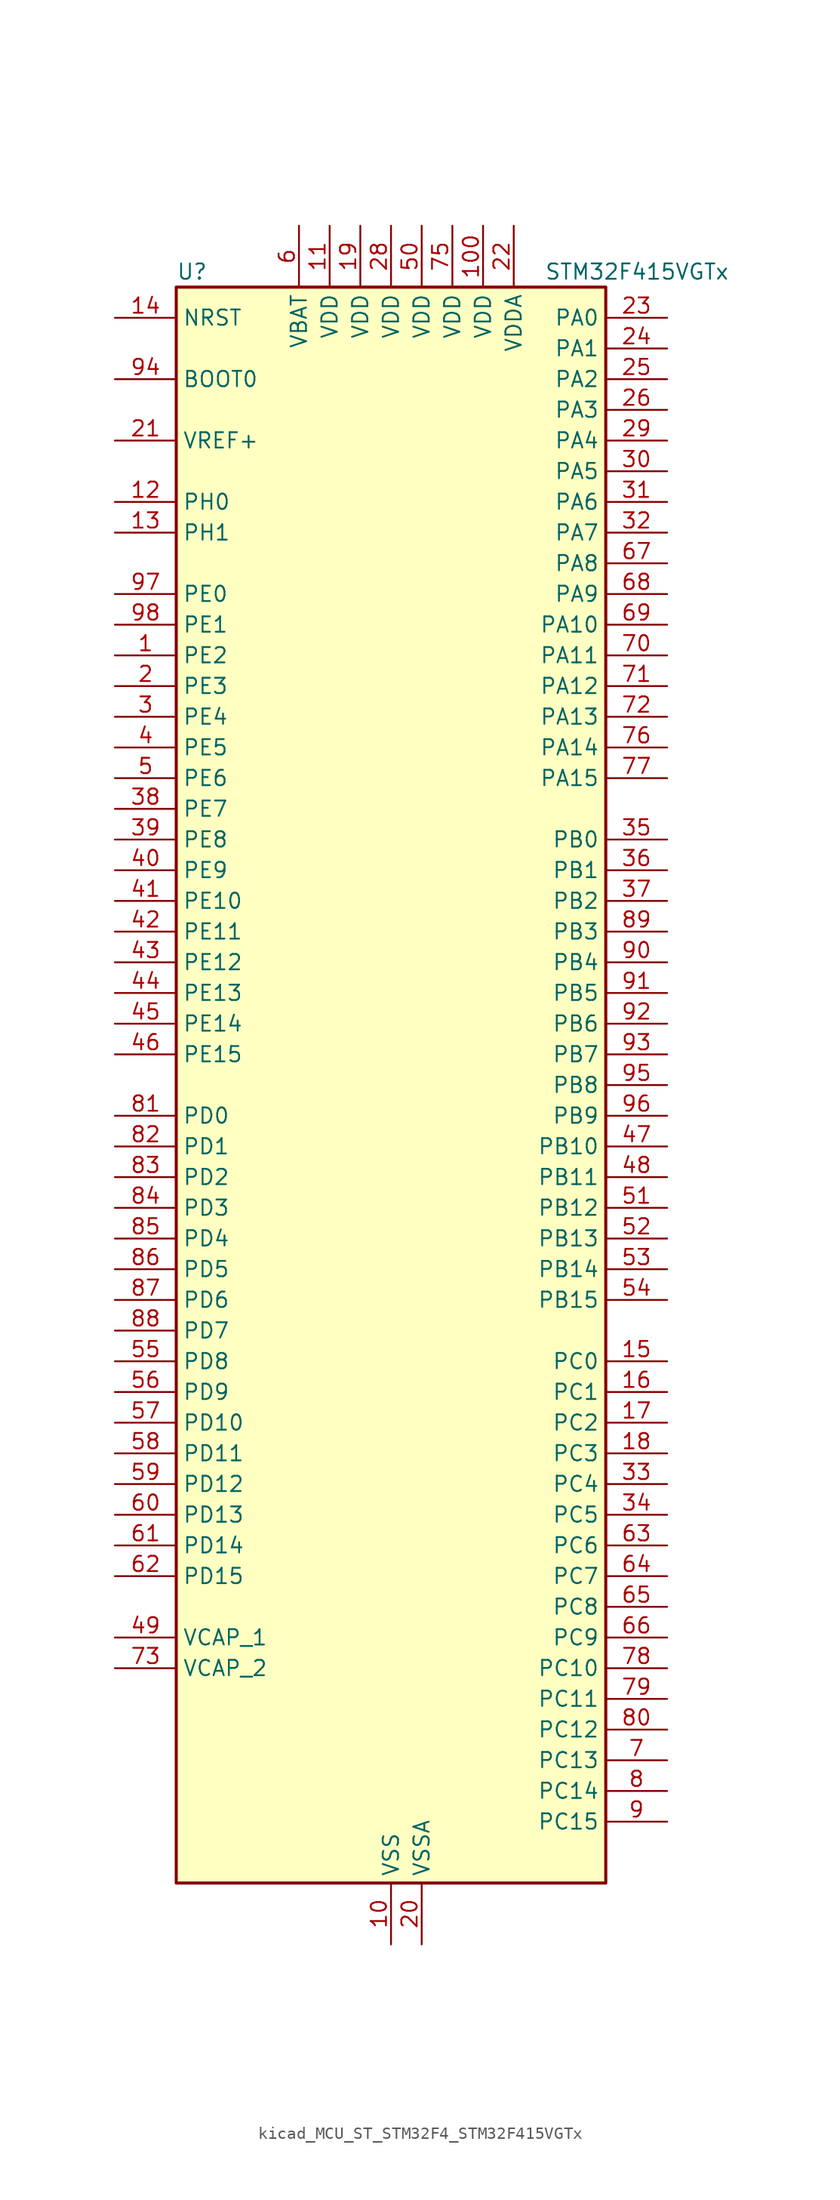
<source format=kicad_sym>
(kicad_symbol_lib
  (version 20220914)
  (generator kicad_symbol_editor)
  (symbol "kicad_MCU_ST_STM32F4_STM32F415VGTx"
    (property "Reference" "U"
      (at -17.78 67.31 0)
      (effects (font (size 1.27 1.27)) (justify left)))
    (property "Value" "STM32F415VGTx"
      (at 12.7 67.31 0)
      (effects (font (size 1.27 1.27)) (justify left)))
    (property "ki_locked" ""
      (at 0 0 0)
      (effects (font (size 1.27 1.27))))
    (symbol "kicad_MCU_ST_STM32F4_STM32F415VGTx_0_1"
      (rectangle (start -17.78 -66.04) (end 17.78 66.04) (stroke (width 0.254) (type default)) (fill (type background))))
    (symbol "kicad_MCU_ST_STM32F4_STM32F415VGTx_1_1"
      (pin bidirectional line (at -22.86 35.56 0) (length 5.08) (name "PE2" (effects (font (size 1.27 1.27)))) (number "1" (effects (font (size 1.27 1.27)))) (alternate "FSMC_A23" bidirectional line) (alternate "SYS_TRACECLK" bidirectional line))
      (pin power_in line (at 0 -71.12 90) (length 5.08) (name "VSS" (effects (font (size 1.27 1.27)))) (number "10" (effects (font (size 1.27 1.27)))))
      (pin power_in line (at 7.62 71.12 270) (length 5.08) (name "VDD" (effects (font (size 1.27 1.27)))) (number "100" (effects (font (size 1.27 1.27)))))
      (pin power_in line (at -5.08 71.12 270) (length 5.08) (name "VDD" (effects (font (size 1.27 1.27)))) (number "11" (effects (font (size 1.27 1.27)))))
      (pin bidirectional line (at -22.86 48.26 0) (length 5.08) (name "PH0" (effects (font (size 1.27 1.27)))) (number "12" (effects (font (size 1.27 1.27)))) (alternate "RCC_OSC_IN" bidirectional line))
      (pin bidirectional line (at -22.86 45.72 0) (length 5.08) (name "PH1" (effects (font (size 1.27 1.27)))) (number "13" (effects (font (size 1.27 1.27)))) (alternate "RCC_OSC_OUT" bidirectional line))
      (pin input line (at -22.86 63.5 0) (length 5.08) (name "NRST" (effects (font (size 1.27 1.27)))) (number "14" (effects (font (size 1.27 1.27)))))
      (pin bidirectional line (at 22.86 -22.86 180) (length 5.08) (name "PC0" (effects (font (size 1.27 1.27)))) (number "15" (effects (font (size 1.27 1.27)))) (alternate "ADC1_IN10" bidirectional line) (alternate "ADC2_IN10" bidirectional line) (alternate "ADC3_IN10" bidirectional line) (alternate "USB_OTG_HS_ULPI_STP" bidirectional line))
      (pin bidirectional line (at 22.86 -25.4 180) (length 5.08) (name "PC1" (effects (font (size 1.27 1.27)))) (number "16" (effects (font (size 1.27 1.27)))) (alternate "ADC1_IN11" bidirectional line) (alternate "ADC2_IN11" bidirectional line) (alternate "ADC3_IN11" bidirectional line))
      (pin bidirectional line (at 22.86 -27.94 180) (length 5.08) (name "PC2" (effects (font (size 1.27 1.27)))) (number "17" (effects (font (size 1.27 1.27)))) (alternate "ADC1_IN12" bidirectional line) (alternate "ADC2_IN12" bidirectional line) (alternate "ADC3_IN12" bidirectional line) (alternate "I2S2_ext_SD" bidirectional line) (alternate "SPI2_MISO" bidirectional line) (alternate "USB_OTG_HS_ULPI_DIR" bidirectional line))
      (pin bidirectional line (at 22.86 -30.48 180) (length 5.08) (name "PC3" (effects (font (size 1.27 1.27)))) (number "18" (effects (font (size 1.27 1.27)))) (alternate "ADC1_IN13" bidirectional line) (alternate "ADC2_IN13" bidirectional line) (alternate "ADC3_IN13" bidirectional line) (alternate "I2S2_SD" bidirectional line) (alternate "SPI2_MOSI" bidirectional line) (alternate "USB_OTG_HS_ULPI_NXT" bidirectional line))
      (pin power_in line (at -2.54 71.12 270) (length 5.08) (name "VDD" (effects (font (size 1.27 1.27)))) (number "19" (effects (font (size 1.27 1.27)))))
      (pin bidirectional line (at -22.86 33.02 0) (length 5.08) (name "PE3" (effects (font (size 1.27 1.27)))) (number "2" (effects (font (size 1.27 1.27)))) (alternate "FSMC_A19" bidirectional line) (alternate "SYS_TRACED0" bidirectional line))
      (pin power_in line (at 2.54 -71.12 90) (length 5.08) (name "VSSA" (effects (font (size 1.27 1.27)))) (number "20" (effects (font (size 1.27 1.27)))))
      (pin input line (at -22.86 53.34 0) (length 5.08) (name "VREF+" (effects (font (size 1.27 1.27)))) (number "21" (effects (font (size 1.27 1.27)))))
      (pin power_in line (at 10.16 71.12 270) (length 5.08) (name "VDDA" (effects (font (size 1.27 1.27)))) (number "22" (effects (font (size 1.27 1.27)))))
      (pin bidirectional line (at 22.86 63.5 180) (length 5.08) (name "PA0" (effects (font (size 1.27 1.27)))) (number "23" (effects (font (size 1.27 1.27)))) (alternate "ADC1_IN0" bidirectional line) (alternate "ADC2_IN0" bidirectional line) (alternate "ADC3_IN0" bidirectional line) (alternate "SYS_WKUP" bidirectional line) (alternate "TIM2_CH1" bidirectional line) (alternate "TIM2_ETR" bidirectional line) (alternate "TIM5_CH1" bidirectional line) (alternate "TIM8_ETR" bidirectional line) (alternate "UART4_TX" bidirectional line) (alternate "USART2_CTS" bidirectional line))
      (pin bidirectional line (at 22.86 60.96 180) (length 5.08) (name "PA1" (effects (font (size 1.27 1.27)))) (number "24" (effects (font (size 1.27 1.27)))) (alternate "ADC1_IN1" bidirectional line) (alternate "ADC2_IN1" bidirectional line) (alternate "ADC3_IN1" bidirectional line) (alternate "TIM2_CH2" bidirectional line) (alternate "TIM5_CH2" bidirectional line) (alternate "UART4_RX" bidirectional line) (alternate "USART2_RTS" bidirectional line))
      (pin bidirectional line (at 22.86 58.42 180) (length 5.08) (name "PA2" (effects (font (size 1.27 1.27)))) (number "25" (effects (font (size 1.27 1.27)))) (alternate "ADC1_IN2" bidirectional line) (alternate "ADC2_IN2" bidirectional line) (alternate "ADC3_IN2" bidirectional line) (alternate "TIM2_CH3" bidirectional line) (alternate "TIM5_CH3" bidirectional line) (alternate "TIM9_CH1" bidirectional line) (alternate "USART2_TX" bidirectional line))
      (pin bidirectional line (at 22.86 55.88 180) (length 5.08) (name "PA3" (effects (font (size 1.27 1.27)))) (number "26" (effects (font (size 1.27 1.27)))) (alternate "ADC1_IN3" bidirectional line) (alternate "ADC2_IN3" bidirectional line) (alternate "ADC3_IN3" bidirectional line) (alternate "TIM2_CH4" bidirectional line) (alternate "TIM5_CH4" bidirectional line) (alternate "TIM9_CH2" bidirectional line) (alternate "USART2_RX" bidirectional line) (alternate "USB_OTG_HS_ULPI_D0" bidirectional line))
      (pin passive line (at 0 -71.12 90) (length 5.08) hide (name "VSS" (effects (font (size 1.27 1.27)))) (number "27" (effects (font (size 1.27 1.27)))))
      (pin power_in line (at 0 71.12 270) (length 5.08) (name "VDD" (effects (font (size 1.27 1.27)))) (number "28" (effects (font (size 1.27 1.27)))))
      (pin bidirectional line (at 22.86 53.34 180) (length 5.08) (name "PA4" (effects (font (size 1.27 1.27)))) (number "29" (effects (font (size 1.27 1.27)))) (alternate "ADC1_IN4" bidirectional line) (alternate "ADC2_IN4" bidirectional line) (alternate "DAC_OUT1" bidirectional line) (alternate "I2S3_WS" bidirectional line) (alternate "SPI1_NSS" bidirectional line) (alternate "SPI3_NSS" bidirectional line) (alternate "USART2_CK" bidirectional line) (alternate "USB_OTG_HS_SOF" bidirectional line))
      (pin bidirectional line (at -22.86 30.48 0) (length 5.08) (name "PE4" (effects (font (size 1.27 1.27)))) (number "3" (effects (font (size 1.27 1.27)))) (alternate "FSMC_A20" bidirectional line) (alternate "SYS_TRACED1" bidirectional line))
      (pin bidirectional line (at 22.86 50.8 180) (length 5.08) (name "PA5" (effects (font (size 1.27 1.27)))) (number "30" (effects (font (size 1.27 1.27)))) (alternate "ADC1_IN5" bidirectional line) (alternate "ADC2_IN5" bidirectional line) (alternate "DAC_OUT2" bidirectional line) (alternate "SPI1_SCK" bidirectional line) (alternate "TIM2_CH1" bidirectional line) (alternate "TIM2_ETR" bidirectional line) (alternate "TIM8_CH1N" bidirectional line) (alternate "USB_OTG_HS_ULPI_CK" bidirectional line))
      (pin bidirectional line (at 22.86 48.26 180) (length 5.08) (name "PA6" (effects (font (size 1.27 1.27)))) (number "31" (effects (font (size 1.27 1.27)))) (alternate "ADC1_IN6" bidirectional line) (alternate "ADC2_IN6" bidirectional line) (alternate "SPI1_MISO" bidirectional line) (alternate "TIM13_CH1" bidirectional line) (alternate "TIM1_BKIN" bidirectional line) (alternate "TIM3_CH1" bidirectional line) (alternate "TIM8_BKIN" bidirectional line))
      (pin bidirectional line (at 22.86 45.72 180) (length 5.08) (name "PA7" (effects (font (size 1.27 1.27)))) (number "32" (effects (font (size 1.27 1.27)))) (alternate "ADC1_IN7" bidirectional line) (alternate "ADC2_IN7" bidirectional line) (alternate "SPI1_MOSI" bidirectional line) (alternate "TIM14_CH1" bidirectional line) (alternate "TIM1_CH1N" bidirectional line) (alternate "TIM3_CH2" bidirectional line) (alternate "TIM8_CH1N" bidirectional line))
      (pin bidirectional line (at 22.86 -33.02 180) (length 5.08) (name "PC4" (effects (font (size 1.27 1.27)))) (number "33" (effects (font (size 1.27 1.27)))) (alternate "ADC1_IN14" bidirectional line) (alternate "ADC2_IN14" bidirectional line))
      (pin bidirectional line (at 22.86 -35.56 180) (length 5.08) (name "PC5" (effects (font (size 1.27 1.27)))) (number "34" (effects (font (size 1.27 1.27)))) (alternate "ADC1_IN15" bidirectional line) (alternate "ADC2_IN15" bidirectional line))
      (pin bidirectional line (at 22.86 20.32 180) (length 5.08) (name "PB0" (effects (font (size 1.27 1.27)))) (number "35" (effects (font (size 1.27 1.27)))) (alternate "ADC1_IN8" bidirectional line) (alternate "ADC2_IN8" bidirectional line) (alternate "TIM1_CH2N" bidirectional line) (alternate "TIM3_CH3" bidirectional line) (alternate "TIM8_CH2N" bidirectional line) (alternate "USB_OTG_HS_ULPI_D1" bidirectional line))
      (pin bidirectional line (at 22.86 17.78 180) (length 5.08) (name "PB1" (effects (font (size 1.27 1.27)))) (number "36" (effects (font (size 1.27 1.27)))) (alternate "ADC1_IN9" bidirectional line) (alternate "ADC2_IN9" bidirectional line) (alternate "TIM1_CH3N" bidirectional line) (alternate "TIM3_CH4" bidirectional line) (alternate "TIM8_CH3N" bidirectional line) (alternate "USB_OTG_HS_ULPI_D2" bidirectional line))
      (pin bidirectional line (at 22.86 15.24 180) (length 5.08) (name "PB2" (effects (font (size 1.27 1.27)))) (number "37" (effects (font (size 1.27 1.27)))))
      (pin bidirectional line (at -22.86 22.86 0) (length 5.08) (name "PE7" (effects (font (size 1.27 1.27)))) (number "38" (effects (font (size 1.27 1.27)))) (alternate "FSMC_D4" bidirectional line) (alternate "FSMC_DA4" bidirectional line) (alternate "TIM1_ETR" bidirectional line))
      (pin bidirectional line (at -22.86 20.32 0) (length 5.08) (name "PE8" (effects (font (size 1.27 1.27)))) (number "39" (effects (font (size 1.27 1.27)))) (alternate "FSMC_D5" bidirectional line) (alternate "FSMC_DA5" bidirectional line) (alternate "TIM1_CH1N" bidirectional line))
      (pin bidirectional line (at -22.86 27.94 0) (length 5.08) (name "PE5" (effects (font (size 1.27 1.27)))) (number "4" (effects (font (size 1.27 1.27)))) (alternate "FSMC_A21" bidirectional line) (alternate "SYS_TRACED2" bidirectional line) (alternate "TIM9_CH1" bidirectional line))
      (pin bidirectional line (at -22.86 17.78 0) (length 5.08) (name "PE9" (effects (font (size 1.27 1.27)))) (number "40" (effects (font (size 1.27 1.27)))) (alternate "DAC_EXTI9" bidirectional line) (alternate "FSMC_D6" bidirectional line) (alternate "FSMC_DA6" bidirectional line) (alternate "TIM1_CH1" bidirectional line))
      (pin bidirectional line (at -22.86 15.24 0) (length 5.08) (name "PE10" (effects (font (size 1.27 1.27)))) (number "41" (effects (font (size 1.27 1.27)))) (alternate "FSMC_D7" bidirectional line) (alternate "FSMC_DA7" bidirectional line) (alternate "TIM1_CH2N" bidirectional line))
      (pin bidirectional line (at -22.86 12.7 0) (length 5.08) (name "PE11" (effects (font (size 1.27 1.27)))) (number "42" (effects (font (size 1.27 1.27)))) (alternate "ADC1_EXTI11" bidirectional line) (alternate "ADC2_EXTI11" bidirectional line) (alternate "ADC3_EXTI11" bidirectional line) (alternate "FSMC_D8" bidirectional line) (alternate "FSMC_DA8" bidirectional line) (alternate "TIM1_CH2" bidirectional line))
      (pin bidirectional line (at -22.86 10.16 0) (length 5.08) (name "PE12" (effects (font (size 1.27 1.27)))) (number "43" (effects (font (size 1.27 1.27)))) (alternate "FSMC_D9" bidirectional line) (alternate "FSMC_DA9" bidirectional line) (alternate "TIM1_CH3N" bidirectional line))
      (pin bidirectional line (at -22.86 7.62 0) (length 5.08) (name "PE13" (effects (font (size 1.27 1.27)))) (number "44" (effects (font (size 1.27 1.27)))) (alternate "FSMC_D10" bidirectional line) (alternate "FSMC_DA10" bidirectional line) (alternate "TIM1_CH3" bidirectional line))
      (pin bidirectional line (at -22.86 5.08 0) (length 5.08) (name "PE14" (effects (font (size 1.27 1.27)))) (number "45" (effects (font (size 1.27 1.27)))) (alternate "FSMC_D11" bidirectional line) (alternate "FSMC_DA11" bidirectional line) (alternate "TIM1_CH4" bidirectional line))
      (pin bidirectional line (at -22.86 2.54 0) (length 5.08) (name "PE15" (effects (font (size 1.27 1.27)))) (number "46" (effects (font (size 1.27 1.27)))) (alternate "ADC1_EXTI15" bidirectional line) (alternate "ADC2_EXTI15" bidirectional line) (alternate "ADC3_EXTI15" bidirectional line) (alternate "FSMC_D12" bidirectional line) (alternate "FSMC_DA12" bidirectional line) (alternate "TIM1_BKIN" bidirectional line))
      (pin bidirectional line (at 22.86 -5.08 180) (length 5.08) (name "PB10" (effects (font (size 1.27 1.27)))) (number "47" (effects (font (size 1.27 1.27)))) (alternate "I2C2_SCL" bidirectional line) (alternate "I2S2_CK" bidirectional line) (alternate "SPI2_SCK" bidirectional line) (alternate "TIM2_CH3" bidirectional line) (alternate "USART3_TX" bidirectional line) (alternate "USB_OTG_HS_ULPI_D3" bidirectional line))
      (pin bidirectional line (at 22.86 -7.62 180) (length 5.08) (name "PB11" (effects (font (size 1.27 1.27)))) (number "48" (effects (font (size 1.27 1.27)))) (alternate "ADC1_EXTI11" bidirectional line) (alternate "ADC2_EXTI11" bidirectional line) (alternate "ADC3_EXTI11" bidirectional line) (alternate "I2C2_SDA" bidirectional line) (alternate "TIM2_CH4" bidirectional line) (alternate "USART3_RX" bidirectional line) (alternate "USB_OTG_HS_ULPI_D4" bidirectional line))
      (pin power_out line (at -22.86 -45.72 0) (length 5.08) (name "VCAP_1" (effects (font (size 1.27 1.27)))) (number "49" (effects (font (size 1.27 1.27)))))
      (pin bidirectional line (at -22.86 25.4 0) (length 5.08) (name "PE6" (effects (font (size 1.27 1.27)))) (number "5" (effects (font (size 1.27 1.27)))) (alternate "FSMC_A22" bidirectional line) (alternate "SYS_TRACED3" bidirectional line) (alternate "TIM9_CH2" bidirectional line))
      (pin power_in line (at 2.54 71.12 270) (length 5.08) (name "VDD" (effects (font (size 1.27 1.27)))) (number "50" (effects (font (size 1.27 1.27)))))
      (pin bidirectional line (at 22.86 -10.16 180) (length 5.08) (name "PB12" (effects (font (size 1.27 1.27)))) (number "51" (effects (font (size 1.27 1.27)))) (alternate "CAN2_RX" bidirectional line) (alternate "I2C2_SMBA" bidirectional line) (alternate "I2S2_WS" bidirectional line) (alternate "SPI2_NSS" bidirectional line) (alternate "TIM1_BKIN" bidirectional line) (alternate "USART3_CK" bidirectional line) (alternate "USB_OTG_HS_ID" bidirectional line) (alternate "USB_OTG_HS_ULPI_D5" bidirectional line))
      (pin bidirectional line (at 22.86 -12.7 180) (length 5.08) (name "PB13" (effects (font (size 1.27 1.27)))) (number "52" (effects (font (size 1.27 1.27)))) (alternate "CAN2_TX" bidirectional line) (alternate "I2S2_CK" bidirectional line) (alternate "SPI2_SCK" bidirectional line) (alternate "TIM1_CH1N" bidirectional line) (alternate "USART3_CTS" bidirectional line) (alternate "USB_OTG_HS_ULPI_D6" bidirectional line) (alternate "USB_OTG_HS_VBUS" bidirectional line))
      (pin bidirectional line (at 22.86 -15.24 180) (length 5.08) (name "PB14" (effects (font (size 1.27 1.27)))) (number "53" (effects (font (size 1.27 1.27)))) (alternate "I2S2_ext_SD" bidirectional line) (alternate "SPI2_MISO" bidirectional line) (alternate "TIM12_CH1" bidirectional line) (alternate "TIM1_CH2N" bidirectional line) (alternate "TIM8_CH2N" bidirectional line) (alternate "USART3_RTS" bidirectional line) (alternate "USB_OTG_HS_DM" bidirectional line))
      (pin bidirectional line (at 22.86 -17.78 180) (length 5.08) (name "PB15" (effects (font (size 1.27 1.27)))) (number "54" (effects (font (size 1.27 1.27)))) (alternate "ADC1_EXTI15" bidirectional line) (alternate "ADC2_EXTI15" bidirectional line) (alternate "ADC3_EXTI15" bidirectional line) (alternate "I2S2_SD" bidirectional line) (alternate "RTC_REFIN" bidirectional line) (alternate "SPI2_MOSI" bidirectional line) (alternate "TIM12_CH2" bidirectional line) (alternate "TIM1_CH3N" bidirectional line) (alternate "TIM8_CH3N" bidirectional line) (alternate "USB_OTG_HS_DP" bidirectional line))
      (pin bidirectional line (at -22.86 -22.86 0) (length 5.08) (name "PD8" (effects (font (size 1.27 1.27)))) (number "55" (effects (font (size 1.27 1.27)))) (alternate "FSMC_D13" bidirectional line) (alternate "FSMC_DA13" bidirectional line) (alternate "USART3_TX" bidirectional line))
      (pin bidirectional line (at -22.86 -25.4 0) (length 5.08) (name "PD9" (effects (font (size 1.27 1.27)))) (number "56" (effects (font (size 1.27 1.27)))) (alternate "DAC_EXTI9" bidirectional line) (alternate "FSMC_D14" bidirectional line) (alternate "FSMC_DA14" bidirectional line) (alternate "USART3_RX" bidirectional line))
      (pin bidirectional line (at -22.86 -27.94 0) (length 5.08) (name "PD10" (effects (font (size 1.27 1.27)))) (number "57" (effects (font (size 1.27 1.27)))) (alternate "FSMC_D15" bidirectional line) (alternate "FSMC_DA15" bidirectional line) (alternate "USART3_CK" bidirectional line))
      (pin bidirectional line (at -22.86 -30.48 0) (length 5.08) (name "PD11" (effects (font (size 1.27 1.27)))) (number "58" (effects (font (size 1.27 1.27)))) (alternate "ADC1_EXTI11" bidirectional line) (alternate "ADC2_EXTI11" bidirectional line) (alternate "ADC3_EXTI11" bidirectional line) (alternate "FSMC_A16" bidirectional line) (alternate "FSMC_CLE" bidirectional line) (alternate "USART3_CTS" bidirectional line))
      (pin bidirectional line (at -22.86 -33.02 0) (length 5.08) (name "PD12" (effects (font (size 1.27 1.27)))) (number "59" (effects (font (size 1.27 1.27)))) (alternate "FSMC_A17" bidirectional line) (alternate "FSMC_ALE" bidirectional line) (alternate "TIM4_CH1" bidirectional line) (alternate "USART3_RTS" bidirectional line))
      (pin power_in line (at -7.62 71.12 270) (length 5.08) (name "VBAT" (effects (font (size 1.27 1.27)))) (number "6" (effects (font (size 1.27 1.27)))))
      (pin bidirectional line (at -22.86 -35.56 0) (length 5.08) (name "PD13" (effects (font (size 1.27 1.27)))) (number "60" (effects (font (size 1.27 1.27)))) (alternate "FSMC_A18" bidirectional line) (alternate "TIM4_CH2" bidirectional line))
      (pin bidirectional line (at -22.86 -38.1 0) (length 5.08) (name "PD14" (effects (font (size 1.27 1.27)))) (number "61" (effects (font (size 1.27 1.27)))) (alternate "FSMC_D0" bidirectional line) (alternate "FSMC_DA0" bidirectional line) (alternate "TIM4_CH3" bidirectional line))
      (pin bidirectional line (at -22.86 -40.64 0) (length 5.08) (name "PD15" (effects (font (size 1.27 1.27)))) (number "62" (effects (font (size 1.27 1.27)))) (alternate "ADC1_EXTI15" bidirectional line) (alternate "ADC2_EXTI15" bidirectional line) (alternate "ADC3_EXTI15" bidirectional line) (alternate "FSMC_D1" bidirectional line) (alternate "FSMC_DA1" bidirectional line) (alternate "TIM4_CH4" bidirectional line))
      (pin bidirectional line (at 22.86 -38.1 180) (length 5.08) (name "PC6" (effects (font (size 1.27 1.27)))) (number "63" (effects (font (size 1.27 1.27)))) (alternate "I2S2_MCK" bidirectional line) (alternate "SDIO_D6" bidirectional line) (alternate "TIM3_CH1" bidirectional line) (alternate "TIM8_CH1" bidirectional line) (alternate "USART6_TX" bidirectional line))
      (pin bidirectional line (at 22.86 -40.64 180) (length 5.08) (name "PC7" (effects (font (size 1.27 1.27)))) (number "64" (effects (font (size 1.27 1.27)))) (alternate "I2S3_MCK" bidirectional line) (alternate "SDIO_D7" bidirectional line) (alternate "TIM3_CH2" bidirectional line) (alternate "TIM8_CH2" bidirectional line) (alternate "USART6_RX" bidirectional line))
      (pin bidirectional line (at 22.86 -43.18 180) (length 5.08) (name "PC8" (effects (font (size 1.27 1.27)))) (number "65" (effects (font (size 1.27 1.27)))) (alternate "SDIO_D0" bidirectional line) (alternate "TIM3_CH3" bidirectional line) (alternate "TIM8_CH3" bidirectional line) (alternate "USART6_CK" bidirectional line))
      (pin bidirectional line (at 22.86 -45.72 180) (length 5.08) (name "PC9" (effects (font (size 1.27 1.27)))) (number "66" (effects (font (size 1.27 1.27)))) (alternate "DAC_EXTI9" bidirectional line) (alternate "I2C3_SDA" bidirectional line) (alternate "I2S_CKIN" bidirectional line) (alternate "RCC_MCO_2" bidirectional line) (alternate "SDIO_D1" bidirectional line) (alternate "TIM3_CH4" bidirectional line) (alternate "TIM8_CH4" bidirectional line))
      (pin bidirectional line (at 22.86 43.18 180) (length 5.08) (name "PA8" (effects (font (size 1.27 1.27)))) (number "67" (effects (font (size 1.27 1.27)))) (alternate "I2C3_SCL" bidirectional line) (alternate "RCC_MCO_1" bidirectional line) (alternate "TIM1_CH1" bidirectional line) (alternate "USART1_CK" bidirectional line) (alternate "USB_OTG_FS_SOF" bidirectional line))
      (pin bidirectional line (at 22.86 40.64 180) (length 5.08) (name "PA9" (effects (font (size 1.27 1.27)))) (number "68" (effects (font (size 1.27 1.27)))) (alternate "DAC_EXTI9" bidirectional line) (alternate "I2C3_SMBA" bidirectional line) (alternate "TIM1_CH2" bidirectional line) (alternate "USART1_TX" bidirectional line) (alternate "USB_OTG_FS_VBUS" bidirectional line))
      (pin bidirectional line (at 22.86 38.1 180) (length 5.08) (name "PA10" (effects (font (size 1.27 1.27)))) (number "69" (effects (font (size 1.27 1.27)))) (alternate "TIM1_CH3" bidirectional line) (alternate "USART1_RX" bidirectional line) (alternate "USB_OTG_FS_ID" bidirectional line))
      (pin bidirectional line (at 22.86 -55.88 180) (length 5.08) (name "PC13" (effects (font (size 1.27 1.27)))) (number "7" (effects (font (size 1.27 1.27)))) (alternate "RTC_AF1" bidirectional line))
      (pin bidirectional line (at 22.86 35.56 180) (length 5.08) (name "PA11" (effects (font (size 1.27 1.27)))) (number "70" (effects (font (size 1.27 1.27)))) (alternate "ADC1_EXTI11" bidirectional line) (alternate "ADC2_EXTI11" bidirectional line) (alternate "ADC3_EXTI11" bidirectional line) (alternate "CAN1_RX" bidirectional line) (alternate "TIM1_CH4" bidirectional line) (alternate "USART1_CTS" bidirectional line) (alternate "USB_OTG_FS_DM" bidirectional line))
      (pin bidirectional line (at 22.86 33.02 180) (length 5.08) (name "PA12" (effects (font (size 1.27 1.27)))) (number "71" (effects (font (size 1.27 1.27)))) (alternate "CAN1_TX" bidirectional line) (alternate "TIM1_ETR" bidirectional line) (alternate "USART1_RTS" bidirectional line) (alternate "USB_OTG_FS_DP" bidirectional line))
      (pin bidirectional line (at 22.86 30.48 180) (length 5.08) (name "PA13" (effects (font (size 1.27 1.27)))) (number "72" (effects (font (size 1.27 1.27)))) (alternate "SYS_JTMS-SWDIO" bidirectional line))
      (pin power_out line (at -22.86 -48.26 0) (length 5.08) (name "VCAP_2" (effects (font (size 1.27 1.27)))) (number "73" (effects (font (size 1.27 1.27)))))
      (pin passive line (at 0 -71.12 90) (length 5.08) hide (name "VSS" (effects (font (size 1.27 1.27)))) (number "74" (effects (font (size 1.27 1.27)))))
      (pin power_in line (at 5.08 71.12 270) (length 5.08) (name "VDD" (effects (font (size 1.27 1.27)))) (number "75" (effects (font (size 1.27 1.27)))))
      (pin bidirectional line (at 22.86 27.94 180) (length 5.08) (name "PA14" (effects (font (size 1.27 1.27)))) (number "76" (effects (font (size 1.27 1.27)))) (alternate "SYS_JTCK-SWCLK" bidirectional line))
      (pin bidirectional line (at 22.86 25.4 180) (length 5.08) (name "PA15" (effects (font (size 1.27 1.27)))) (number "77" (effects (font (size 1.27 1.27)))) (alternate "ADC1_EXTI15" bidirectional line) (alternate "ADC2_EXTI15" bidirectional line) (alternate "ADC3_EXTI15" bidirectional line) (alternate "I2S3_WS" bidirectional line) (alternate "SPI1_NSS" bidirectional line) (alternate "SPI3_NSS" bidirectional line) (alternate "SYS_JTDI" bidirectional line) (alternate "TIM2_CH1" bidirectional line) (alternate "TIM2_ETR" bidirectional line))
      (pin bidirectional line (at 22.86 -48.26 180) (length 5.08) (name "PC10" (effects (font (size 1.27 1.27)))) (number "78" (effects (font (size 1.27 1.27)))) (alternate "I2S3_CK" bidirectional line) (alternate "SDIO_D2" bidirectional line) (alternate "SPI3_SCK" bidirectional line) (alternate "UART4_TX" bidirectional line) (alternate "USART3_TX" bidirectional line))
      (pin bidirectional line (at 22.86 -50.8 180) (length 5.08) (name "PC11" (effects (font (size 1.27 1.27)))) (number "79" (effects (font (size 1.27 1.27)))) (alternate "ADC1_EXTI11" bidirectional line) (alternate "ADC2_EXTI11" bidirectional line) (alternate "ADC3_EXTI11" bidirectional line) (alternate "I2S3_ext_SD" bidirectional line) (alternate "SDIO_D3" bidirectional line) (alternate "SPI3_MISO" bidirectional line) (alternate "UART4_RX" bidirectional line) (alternate "USART3_RX" bidirectional line))
      (pin bidirectional line (at 22.86 -58.42 180) (length 5.08) (name "PC14" (effects (font (size 1.27 1.27)))) (number "8" (effects (font (size 1.27 1.27)))) (alternate "RCC_OSC32_IN" bidirectional line))
      (pin bidirectional line (at 22.86 -53.34 180) (length 5.08) (name "PC12" (effects (font (size 1.27 1.27)))) (number "80" (effects (font (size 1.27 1.27)))) (alternate "I2S3_SD" bidirectional line) (alternate "SDIO_CK" bidirectional line) (alternate "SPI3_MOSI" bidirectional line) (alternate "UART5_TX" bidirectional line) (alternate "USART3_CK" bidirectional line))
      (pin bidirectional line (at -22.86 -2.54 0) (length 5.08) (name "PD0" (effects (font (size 1.27 1.27)))) (number "81" (effects (font (size 1.27 1.27)))) (alternate "CAN1_RX" bidirectional line) (alternate "FSMC_D2" bidirectional line) (alternate "FSMC_DA2" bidirectional line))
      (pin bidirectional line (at -22.86 -5.08 0) (length 5.08) (name "PD1" (effects (font (size 1.27 1.27)))) (number "82" (effects (font (size 1.27 1.27)))) (alternate "CAN1_TX" bidirectional line) (alternate "FSMC_D3" bidirectional line) (alternate "FSMC_DA3" bidirectional line))
      (pin bidirectional line (at -22.86 -7.62 0) (length 5.08) (name "PD2" (effects (font (size 1.27 1.27)))) (number "83" (effects (font (size 1.27 1.27)))) (alternate "SDIO_CMD" bidirectional line) (alternate "TIM3_ETR" bidirectional line) (alternate "UART5_RX" bidirectional line))
      (pin bidirectional line (at -22.86 -10.16 0) (length 5.08) (name "PD3" (effects (font (size 1.27 1.27)))) (number "84" (effects (font (size 1.27 1.27)))) (alternate "FSMC_CLK" bidirectional line) (alternate "USART2_CTS" bidirectional line))
      (pin bidirectional line (at -22.86 -12.7 0) (length 5.08) (name "PD4" (effects (font (size 1.27 1.27)))) (number "85" (effects (font (size 1.27 1.27)))) (alternate "FSMC_NOE" bidirectional line) (alternate "USART2_RTS" bidirectional line))
      (pin bidirectional line (at -22.86 -15.24 0) (length 5.08) (name "PD5" (effects (font (size 1.27 1.27)))) (number "86" (effects (font (size 1.27 1.27)))) (alternate "FSMC_NWE" bidirectional line) (alternate "USART2_TX" bidirectional line))
      (pin bidirectional line (at -22.86 -17.78 0) (length 5.08) (name "PD6" (effects (font (size 1.27 1.27)))) (number "87" (effects (font (size 1.27 1.27)))) (alternate "FSMC_NWAIT" bidirectional line) (alternate "USART2_RX" bidirectional line))
      (pin bidirectional line (at -22.86 -20.32 0) (length 5.08) (name "PD7" (effects (font (size 1.27 1.27)))) (number "88" (effects (font (size 1.27 1.27)))) (alternate "FSMC_NCE2" bidirectional line) (alternate "FSMC_NE1" bidirectional line) (alternate "USART2_CK" bidirectional line))
      (pin bidirectional line (at 22.86 12.7 180) (length 5.08) (name "PB3" (effects (font (size 1.27 1.27)))) (number "89" (effects (font (size 1.27 1.27)))) (alternate "I2S3_CK" bidirectional line) (alternate "SPI1_SCK" bidirectional line) (alternate "SPI3_SCK" bidirectional line) (alternate "SYS_JTDO-SWO" bidirectional line) (alternate "TIM2_CH2" bidirectional line))
      (pin bidirectional line (at 22.86 -60.96 180) (length 5.08) (name "PC15" (effects (font (size 1.27 1.27)))) (number "9" (effects (font (size 1.27 1.27)))) (alternate "ADC1_EXTI15" bidirectional line) (alternate "ADC2_EXTI15" bidirectional line) (alternate "ADC3_EXTI15" bidirectional line) (alternate "RCC_OSC32_OUT" bidirectional line))
      (pin bidirectional line (at 22.86 10.16 180) (length 5.08) (name "PB4" (effects (font (size 1.27 1.27)))) (number "90" (effects (font (size 1.27 1.27)))) (alternate "I2S3_ext_SD" bidirectional line) (alternate "SPI1_MISO" bidirectional line) (alternate "SPI3_MISO" bidirectional line) (alternate "SYS_JTRST" bidirectional line) (alternate "TIM3_CH1" bidirectional line))
      (pin bidirectional line (at 22.86 7.62 180) (length 5.08) (name "PB5" (effects (font (size 1.27 1.27)))) (number "91" (effects (font (size 1.27 1.27)))) (alternate "CAN2_RX" bidirectional line) (alternate "I2C1_SMBA" bidirectional line) (alternate "I2S3_SD" bidirectional line) (alternate "SPI1_MOSI" bidirectional line) (alternate "SPI3_MOSI" bidirectional line) (alternate "TIM3_CH2" bidirectional line) (alternate "USB_OTG_HS_ULPI_D7" bidirectional line))
      (pin bidirectional line (at 22.86 5.08 180) (length 5.08) (name "PB6" (effects (font (size 1.27 1.27)))) (number "92" (effects (font (size 1.27 1.27)))) (alternate "CAN2_TX" bidirectional line) (alternate "I2C1_SCL" bidirectional line) (alternate "TIM4_CH1" bidirectional line) (alternate "USART1_TX" bidirectional line))
      (pin bidirectional line (at 22.86 2.54 180) (length 5.08) (name "PB7" (effects (font (size 1.27 1.27)))) (number "93" (effects (font (size 1.27 1.27)))) (alternate "FSMC_NL" bidirectional line) (alternate "I2C1_SDA" bidirectional line) (alternate "TIM4_CH2" bidirectional line) (alternate "USART1_RX" bidirectional line))
      (pin input line (at -22.86 58.42 0) (length 5.08) (name "BOOT0" (effects (font (size 1.27 1.27)))) (number "94" (effects (font (size 1.27 1.27)))))
      (pin bidirectional line (at 22.86 0 180) (length 5.08) (name "PB8" (effects (font (size 1.27 1.27)))) (number "95" (effects (font (size 1.27 1.27)))) (alternate "CAN1_RX" bidirectional line) (alternate "I2C1_SCL" bidirectional line) (alternate "SDIO_D4" bidirectional line) (alternate "TIM10_CH1" bidirectional line) (alternate "TIM4_CH3" bidirectional line))
      (pin bidirectional line (at 22.86 -2.54 180) (length 5.08) (name "PB9" (effects (font (size 1.27 1.27)))) (number "96" (effects (font (size 1.27 1.27)))) (alternate "CAN1_TX" bidirectional line) (alternate "DAC_EXTI9" bidirectional line) (alternate "I2C1_SDA" bidirectional line) (alternate "I2S2_WS" bidirectional line) (alternate "SDIO_D5" bidirectional line) (alternate "SPI2_NSS" bidirectional line) (alternate "TIM11_CH1" bidirectional line) (alternate "TIM4_CH4" bidirectional line))
      (pin bidirectional line (at -22.86 40.64 0) (length 5.08) (name "PE0" (effects (font (size 1.27 1.27)))) (number "97" (effects (font (size 1.27 1.27)))) (alternate "FSMC_NBL0" bidirectional line) (alternate "TIM4_ETR" bidirectional line))
      (pin bidirectional line (at -22.86 38.1 0) (length 5.08) (name "PE1" (effects (font (size 1.27 1.27)))) (number "98" (effects (font (size 1.27 1.27)))) (alternate "FSMC_NBL1" bidirectional line))
      (pin passive line (at 0 -71.12 90) (length 5.08) hide (name "VSS" (effects (font (size 1.27 1.27)))) (number "99" (effects (font (size 1.27 1.27))))))))
</source>
